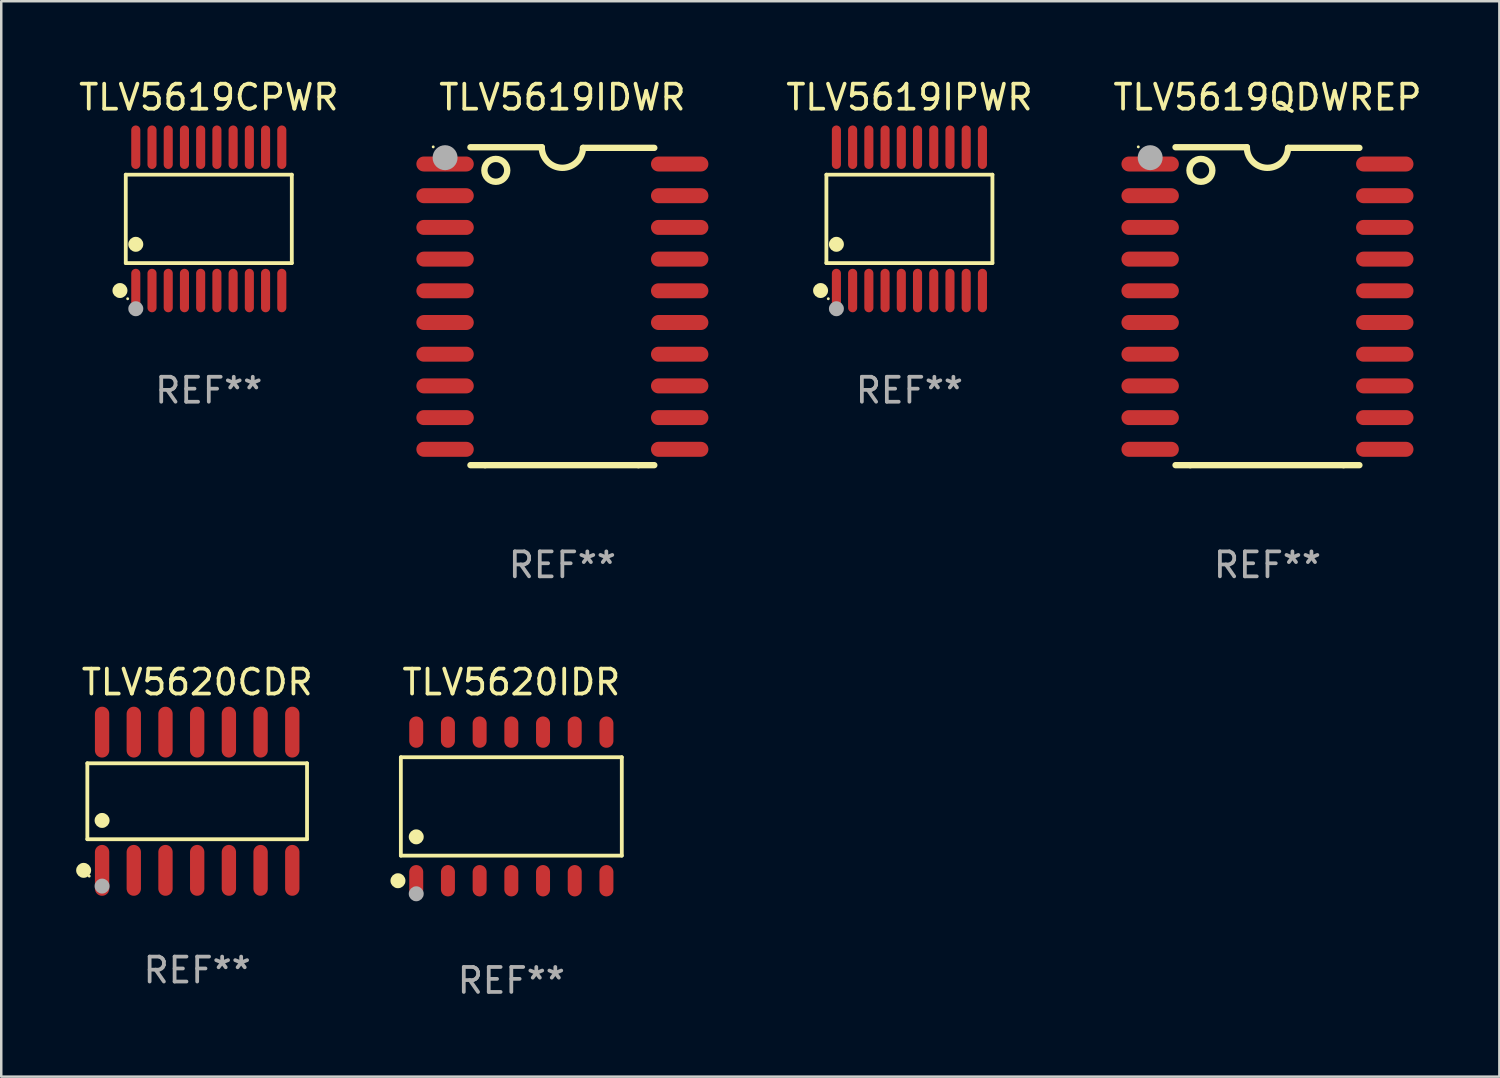
<source format=kicad_pcb>
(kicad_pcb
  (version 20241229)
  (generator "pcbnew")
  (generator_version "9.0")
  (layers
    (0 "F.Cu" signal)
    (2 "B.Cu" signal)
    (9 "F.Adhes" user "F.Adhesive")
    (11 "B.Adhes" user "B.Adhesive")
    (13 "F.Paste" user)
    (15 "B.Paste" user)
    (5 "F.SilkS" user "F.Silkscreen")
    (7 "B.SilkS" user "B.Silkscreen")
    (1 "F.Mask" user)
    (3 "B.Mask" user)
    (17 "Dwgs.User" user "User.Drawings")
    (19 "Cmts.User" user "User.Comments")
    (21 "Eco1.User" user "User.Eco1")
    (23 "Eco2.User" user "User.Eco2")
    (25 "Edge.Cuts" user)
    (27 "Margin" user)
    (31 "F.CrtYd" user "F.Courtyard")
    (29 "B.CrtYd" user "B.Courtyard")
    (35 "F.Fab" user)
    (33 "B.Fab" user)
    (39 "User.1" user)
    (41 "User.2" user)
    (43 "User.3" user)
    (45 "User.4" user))
  (footprint "TLV5619IDWR"
    (layer "F.Cu")
    (at 19.481 9.217)
    (property "Reference" "TLV5619IDWR" (at 0 -8.369 0) (layer "F.SilkS") (effects (font (size 1 1) (thickness 0.15))))
    (attr through_hole)
    (fp_line (start -3.096 6.369) (end -3.683 6.369) (stroke (width 0.254) (type solid)) (layer "F.SilkS"))
    (fp_line (start -0.825 -6.369) (end -3.683 -6.369) (stroke (width 0.254) (type solid)) (layer "F.SilkS"))
    (fp_line (start 0.826 -6.343) (end 3.683 -6.343) (stroke (width 0.254) (type solid)) (layer "F.SilkS"))
    (fp_line (start 3.048 6.369) (end -3.096 6.369) (stroke (width 0.254) (type solid)) (layer "F.SilkS"))
    (fp_line (start 3.048 6.369) (end 3.683 6.369) (stroke (width 0.254) (type solid)) (layer "F.SilkS"))
    (fp_arc (start 0.825527 -6.343129) (mid -0.012478 -5.543126) (end -0.825476 -6.36853) (stroke (width 0.254001) (type solid)) (layer "F.SilkS"))
    (fp_circle (center -5.175 -6.382) (end -5.145 -6.382) (stroke (width 0.06) (type solid)) (fill no) (layer "F.SilkS"))
    (fp_circle (center -2.667 -5.442) (end -2.209 -5.442) (stroke (width 0.254) (type solid)) (fill no) (layer "F.SilkS"))
    (fp_circle (center -4.699 -5.95) (end -4.449 -5.95) (stroke (width 0.5) (type solid)) (fill no) (layer "F.Fab"))
    (fp_text user "REF**" (at 0 10.369 0) (layer "F.Fab") (effects (font (size 1 1) (thickness 0.15))))
    (pad "1" smd oval (at -4.7 -5.696 90) (size 0.6 2.3) (layers "F.Cu" "F.Mask" "F.Paste"))
    (pad "2" smd oval (at -4.7 -4.426 90) (size 0.6 2.3) (layers "F.Cu" "F.Mask" "F.Paste"))
    (pad "3" smd oval (at -4.7 -3.156 90) (size 0.6 2.3) (layers "F.Cu" "F.Mask" "F.Paste"))
    (pad "4" smd oval (at -4.7 -1.886 90) (size 0.6 2.3) (layers "F.Cu" "F.Mask" "F.Paste"))
    (pad "5" smd oval (at -4.7 -0.616 90) (size 0.6 2.3) (layers "F.Cu" "F.Mask" "F.Paste"))
    (pad "6" smd oval (at -4.7 0.654 90) (size 0.6 2.3) (layers "F.Cu" "F.Mask" "F.Paste"))
    (pad "7" smd oval (at -4.7 1.924 90) (size 0.6 2.3) (layers "F.Cu" "F.Mask" "F.Paste"))
    (pad "8" smd oval (at -4.7 3.194 90) (size 0.6 2.3) (layers "F.Cu" "F.Mask" "F.Paste"))
    (pad "9" smd oval (at -4.7 4.464 90) (size 0.6 2.3) (layers "F.Cu" "F.Mask" "F.Paste"))
    (pad "10" smd oval (at -4.7 5.734 90) (size 0.6 2.3) (layers "F.Cu" "F.Mask" "F.Paste"))
    (pad "11" smd oval (at 4.7 5.734 90) (size 0.6 2.3) (layers "F.Cu" "F.Mask" "F.Paste"))
    (pad "12" smd oval (at 4.7 4.464 90) (size 0.6 2.3) (layers "F.Cu" "F.Mask" "F.Paste"))
    (pad "13" smd oval (at 4.7 3.194 90) (size 0.6 2.3) (layers "F.Cu" "F.Mask" "F.Paste"))
    (pad "14" smd oval (at 4.7 1.924 90) (size 0.6 2.3) (layers "F.Cu" "F.Mask" "F.Paste"))
    (pad "15" smd oval (at 4.7 0.654 90) (size 0.6 2.3) (layers "F.Cu" "F.Mask" "F.Paste"))
    (pad "16" smd oval (at 4.7 -0.616 90) (size 0.6 2.3) (layers "F.Cu" "F.Mask" "F.Paste"))
    (pad "17" smd oval (at 4.7 -1.886 90) (size 0.6 2.3) (layers "F.Cu" "F.Mask" "F.Paste"))
    (pad "18" smd oval (at 4.7 -3.156 90) (size 0.6 2.3) (layers "F.Cu" "F.Mask" "F.Paste"))
    (pad "19" smd oval (at 4.7 -4.426 90) (size 0.6 2.3) (layers "F.Cu" "F.Mask" "F.Paste"))
    (pad "20" smd oval (at 4.7 -5.696 90) (size 0.6 2.3) (layers "F.Cu" "F.Mask" "F.Paste")))
  (footprint "TLV5620IDR"
    (layer "F.Cu")
    (at 17.436 29.259)
    (property "Reference" "TLV5620IDR" (at 0 -4.977 0) (layer "F.SilkS") (effects (font (size 1 1) (thickness 0.15))))
    (attr through_hole)
    (fp_line (start -4.426 -1.971) (end 4.426 -1.971) (stroke (width 0.152) (type solid)) (layer "F.SilkS"))
    (fp_line (start -4.426 1.971) (end -4.426 -1.971) (stroke (width 0.152) (type solid)) (layer "F.SilkS"))
    (fp_line (start 4.426 -1.971) (end 4.426 1.971) (stroke (width 0.152) (type solid)) (layer "F.SilkS"))
    (fp_line (start 4.426 1.971) (end -4.426 1.971) (stroke (width 0.152) (type solid)) (layer "F.SilkS"))
    (fp_circle (center -4.542 2.977) (end -4.392 2.977) (stroke (width 0.3) (type solid)) (fill no) (layer "F.SilkS"))
    (fp_circle (center -4.35 3.1) (end -4.32 3.1) (stroke (width 0.06) (type solid)) (fill no) (layer "F.SilkS"))
    (fp_circle (center -3.81 1.219) (end -3.66 1.219) (stroke (width 0.3) (type solid)) (fill no) (layer "F.SilkS"))
    (fp_circle (center -3.81 3.5) (end -3.66 3.5) (stroke (width 0.3) (type solid)) (fill no) (layer "F.Fab"))
    (fp_text user "REF**" (at 0 6.977 0) (layer "F.Fab") (effects (font (size 1 1) (thickness 0.15))))
    (pad "1" smd oval (at -3.81 2.977) (size 0.56 1.255) (layers "F.Cu" "F.Mask" "F.Paste"))
    (pad "2" smd oval (at -2.54 2.977) (size 0.56 1.255) (layers "F.Cu" "F.Mask" "F.Paste"))
    (pad "3" smd oval (at -1.27 2.977) (size 0.56 1.255) (layers "F.Cu" "F.Mask" "F.Paste"))
    (pad "4" smd oval (at 0 2.977) (size 0.56 1.255) (layers "F.Cu" "F.Mask" "F.Paste"))
    (pad "5" smd oval (at 1.27 2.977) (size 0.56 1.255) (layers "F.Cu" "F.Mask" "F.Paste"))
    (pad "6" smd oval (at 2.54 2.977) (size 0.56 1.255) (layers "F.Cu" "F.Mask" "F.Paste"))
    (pad "7" smd oval (at 3.81 2.977) (size 0.56 1.255) (layers "F.Cu" "F.Mask" "F.Paste"))
    (pad "8" smd oval (at 3.81 -2.977) (size 0.56 1.255) (layers "F.Cu" "F.Mask" "F.Paste"))
    (pad "9" smd oval (at 2.54 -2.977) (size 0.56 1.255) (layers "F.Cu" "F.Mask" "F.Paste"))
    (pad "10" smd oval (at 1.27 -2.977) (size 0.56 1.255) (layers "F.Cu" "F.Mask" "F.Paste"))
    (pad "11" smd oval (at 0 -2.977) (size 0.56 1.255) (layers "F.Cu" "F.Mask" "F.Paste"))
    (pad "12" smd oval (at -1.27 -2.977) (size 0.56 1.255) (layers "F.Cu" "F.Mask" "F.Paste"))
    (pad "13" smd oval (at -2.54 -2.977) (size 0.56 1.255) (layers "F.Cu" "F.Mask" "F.Paste"))
    (pad "14" smd oval (at -3.81 -2.977) (size 0.56 1.255) (layers "F.Cu" "F.Mask" "F.Paste")))
  (footprint "TLV5619QDWREP"
    (layer "F.Cu")
    (at 47.73 9.217)
    (property "Reference" "TLV5619QDWREP" (at 0 -8.369 0) (layer "F.SilkS") (effects (font (size 1 1) (thickness 0.15))))
    (attr through_hole)
    (fp_line (start -3.096 6.369) (end -3.683 6.369) (stroke (width 0.254) (type solid)) (layer "F.SilkS"))
    (fp_line (start -0.825 -6.369) (end -3.683 -6.369) (stroke (width 0.254) (type solid)) (layer "F.SilkS"))
    (fp_line (start 0.826 -6.343) (end 3.683 -6.343) (stroke (width 0.254) (type solid)) (layer "F.SilkS"))
    (fp_line (start 3.048 6.369) (end -3.096 6.369) (stroke (width 0.254) (type solid)) (layer "F.SilkS"))
    (fp_line (start 3.048 6.369) (end 3.683 6.369) (stroke (width 0.254) (type solid)) (layer "F.SilkS"))
    (fp_arc (start 0.825527 -6.343129) (mid -0.012478 -5.543126) (end -0.825476 -6.36853) (stroke (width 0.254001) (type solid)) (layer "F.SilkS"))
    (fp_circle (center -5.175 -6.382) (end -5.145 -6.382) (stroke (width 0.06) (type solid)) (fill no) (layer "F.SilkS"))
    (fp_circle (center -2.667 -5.442) (end -2.209 -5.442) (stroke (width 0.254) (type solid)) (fill no) (layer "F.SilkS"))
    (fp_circle (center -4.699 -5.95) (end -4.449 -5.95) (stroke (width 0.5) (type solid)) (fill no) (layer "F.Fab"))
    (fp_text user "REF**" (at 0 10.369 0) (layer "F.Fab") (effects (font (size 1 1) (thickness 0.15))))
    (pad "1" smd oval (at -4.7 -5.696 90) (size 0.6 2.3) (layers "F.Cu" "F.Mask" "F.Paste"))
    (pad "2" smd oval (at -4.7 -4.426 90) (size 0.6 2.3) (layers "F.Cu" "F.Mask" "F.Paste"))
    (pad "3" smd oval (at -4.7 -3.156 90) (size 0.6 2.3) (layers "F.Cu" "F.Mask" "F.Paste"))
    (pad "4" smd oval (at -4.7 -1.886 90) (size 0.6 2.3) (layers "F.Cu" "F.Mask" "F.Paste"))
    (pad "5" smd oval (at -4.7 -0.616 90) (size 0.6 2.3) (layers "F.Cu" "F.Mask" "F.Paste"))
    (pad "6" smd oval (at -4.7 0.654 90) (size 0.6 2.3) (layers "F.Cu" "F.Mask" "F.Paste"))
    (pad "7" smd oval (at -4.7 1.924 90) (size 0.6 2.3) (layers "F.Cu" "F.Mask" "F.Paste"))
    (pad "8" smd oval (at -4.7 3.194 90) (size 0.6 2.3) (layers "F.Cu" "F.Mask" "F.Paste"))
    (pad "9" smd oval (at -4.7 4.464 90) (size 0.6 2.3) (layers "F.Cu" "F.Mask" "F.Paste"))
    (pad "10" smd oval (at -4.7 5.734 90) (size 0.6 2.3) (layers "F.Cu" "F.Mask" "F.Paste"))
    (pad "11" smd oval (at 4.7 5.734 90) (size 0.6 2.3) (layers "F.Cu" "F.Mask" "F.Paste"))
    (pad "12" smd oval (at 4.7 4.464 90) (size 0.6 2.3) (layers "F.Cu" "F.Mask" "F.Paste"))
    (pad "13" smd oval (at 4.7 3.194 90) (size 0.6 2.3) (layers "F.Cu" "F.Mask" "F.Paste"))
    (pad "14" smd oval (at 4.7 1.924 90) (size 0.6 2.3) (layers "F.Cu" "F.Mask" "F.Paste"))
    (pad "15" smd oval (at 4.7 0.654 90) (size 0.6 2.3) (layers "F.Cu" "F.Mask" "F.Paste"))
    (pad "16" smd oval (at 4.7 -0.616 90) (size 0.6 2.3) (layers "F.Cu" "F.Mask" "F.Paste"))
    (pad "17" smd oval (at 4.7 -1.886 90) (size 0.6 2.3) (layers "F.Cu" "F.Mask" "F.Paste"))
    (pad "18" smd oval (at 4.7 -3.156 90) (size 0.6 2.3) (layers "F.Cu" "F.Mask" "F.Paste"))
    (pad "19" smd oval (at 4.7 -4.426 90) (size 0.6 2.3) (layers "F.Cu" "F.Mask" "F.Paste"))
    (pad "20" smd oval (at 4.7 -5.696 90) (size 0.6 2.3) (layers "F.Cu" "F.Mask" "F.Paste")))
  (footprint "TLV5619CPWR"
    (layer "F.Cu")
    (at 5.315 5.719)
    (property "Reference" "TLV5619CPWR" (at 0 -4.871 0) (layer "F.SilkS") (effects (font (size 1 1) (thickness 0.15))))
    (attr through_hole)
    (fp_line (start -3.326 -1.771) (end 3.326 -1.771) (stroke (width 0.152) (type solid)) (layer "F.SilkS"))
    (fp_line (start -3.326 1.771) (end -3.326 -1.771) (stroke (width 0.152) (type solid)) (layer "F.SilkS"))
    (fp_line (start 3.326 -1.771) (end 3.326 1.771) (stroke (width 0.152) (type solid)) (layer "F.SilkS"))
    (fp_line (start 3.326 1.771) (end -3.326 1.771) (stroke (width 0.152) (type solid)) (layer "F.SilkS"))
    (fp_circle (center -3.559 2.871) (end -3.409 2.871) (stroke (width 0.3) (type solid)) (fill no) (layer "F.SilkS"))
    (fp_circle (center -3.25 3.2) (end -3.22 3.2) (stroke (width 0.06) (type solid)) (fill no) (layer "F.SilkS"))
    (fp_circle (center -2.925 1.019) (end -2.775 1.019) (stroke (width 0.3) (type solid)) (fill no) (layer "F.SilkS"))
    (fp_circle (center -2.925 3.6) (end -2.775 3.6) (stroke (width 0.3) (type solid)) (fill no) (layer "F.Fab"))
    (fp_text user "REF**" (at 0 6.871 0) (layer "F.Fab") (effects (font (size 1 1) (thickness 0.15))))
    (pad "1" smd oval (at -2.925 2.871) (size 0.364 1.742) (layers "F.Cu" "F.Mask" "F.Paste"))
    (pad "2" smd oval (at -2.275 2.871) (size 0.364 1.742) (layers "F.Cu" "F.Mask" "F.Paste"))
    (pad "3" smd oval (at -1.625 2.871) (size 0.364 1.742) (layers "F.Cu" "F.Mask" "F.Paste"))
    (pad "4" smd oval (at -0.975 2.871) (size 0.364 1.742) (layers "F.Cu" "F.Mask" "F.Paste"))
    (pad "5" smd oval (at -0.325 2.871) (size 0.364 1.742) (layers "F.Cu" "F.Mask" "F.Paste"))
    (pad "6" smd oval (at 0.325 2.871) (size 0.364 1.742) (layers "F.Cu" "F.Mask" "F.Paste"))
    (pad "7" smd oval (at 0.975 2.871) (size 0.364 1.742) (layers "F.Cu" "F.Mask" "F.Paste"))
    (pad "8" smd oval (at 1.625 2.871) (size 0.364 1.742) (layers "F.Cu" "F.Mask" "F.Paste"))
    (pad "9" smd oval (at 2.275 2.871) (size 0.364 1.742) (layers "F.Cu" "F.Mask" "F.Paste"))
    (pad "10" smd oval (at 2.925 2.871) (size 0.364 1.742) (layers "F.Cu" "F.Mask" "F.Paste"))
    (pad "11" smd oval (at 2.925 -2.871) (size 0.364 1.742) (layers "F.Cu" "F.Mask" "F.Paste"))
    (pad "12" smd oval (at 2.275 -2.871) (size 0.364 1.742) (layers "F.Cu" "F.Mask" "F.Paste"))
    (pad "13" smd oval (at 1.625 -2.871) (size 0.364 1.742) (layers "F.Cu" "F.Mask" "F.Paste"))
    (pad "14" smd oval (at 0.975 -2.871) (size 0.364 1.742) (layers "F.Cu" "F.Mask" "F.Paste"))
    (pad "15" smd oval (at 0.325 -2.871) (size 0.364 1.742) (layers "F.Cu" "F.Mask" "F.Paste"))
    (pad "16" smd oval (at -0.325 -2.871) (size 0.364 1.742) (layers "F.Cu" "F.Mask" "F.Paste"))
    (pad "17" smd oval (at -0.975 -2.871) (size 0.364 1.742) (layers "F.Cu" "F.Mask" "F.Paste"))
    (pad "18" smd oval (at -1.625 -2.871) (size 0.364 1.742) (layers "F.Cu" "F.Mask" "F.Paste"))
    (pad "19" smd oval (at -2.275 -2.871) (size 0.364 1.742) (layers "F.Cu" "F.Mask" "F.Paste"))
    (pad "20" smd oval (at -2.925 -2.871) (size 0.364 1.742) (layers "F.Cu" "F.Mask" "F.Paste")))
  (footprint "TLV5620CDR"
    (layer "F.Cu")
    (at 4.85 29.051)
    (property "Reference" "TLV5620CDR" (at 0 -4.769 0) (layer "F.SilkS") (effects (font (size 1 1) (thickness 0.15))))
    (attr through_hole)
    (fp_line (start -4.401 -1.521) (end 4.401 -1.521) (stroke (width 0.152) (type solid)) (layer "F.SilkS"))
    (fp_line (start -4.401 1.521) (end -4.401 -1.521) (stroke (width 0.152) (type solid)) (layer "F.SilkS"))
    (fp_line (start 4.401 -1.521) (end 4.401 1.521) (stroke (width 0.152) (type solid)) (layer "F.SilkS"))
    (fp_line (start 4.401 1.521) (end -4.401 1.521) (stroke (width 0.152) (type solid)) (layer "F.SilkS"))
    (fp_circle (center -4.549 2.769) (end -4.399 2.769) (stroke (width 0.3) (type solid)) (fill no) (layer "F.SilkS"))
    (fp_circle (center -4.325 3) (end -4.295 3) (stroke (width 0.06) (type solid)) (fill no) (layer "F.SilkS"))
    (fp_circle (center -3.81 0.769) (end -3.66 0.769) (stroke (width 0.3) (type solid)) (fill no) (layer "F.SilkS"))
    (fp_circle (center -3.81 3.4) (end -3.66 3.4) (stroke (width 0.3) (type solid)) (fill no) (layer "F.Fab"))
    (fp_text user "REF**" (at 0 6.769 0) (layer "F.Fab") (effects (font (size 1 1) (thickness 0.15))))
    (pad "1" smd oval (at -3.81 2.769) (size 0.574 2.038) (layers "F.Cu" "F.Mask" "F.Paste"))
    (pad "2" smd oval (at -2.54 2.769) (size 0.574 2.038) (layers "F.Cu" "F.Mask" "F.Paste"))
    (pad "3" smd oval (at -1.27 2.769) (size 0.574 2.038) (layers "F.Cu" "F.Mask" "F.Paste"))
    (pad "4" smd oval (at 0 2.769) (size 0.574 2.038) (layers "F.Cu" "F.Mask" "F.Paste"))
    (pad "5" smd oval (at 1.27 2.769) (size 0.574 2.038) (layers "F.Cu" "F.Mask" "F.Paste"))
    (pad "6" smd oval (at 2.54 2.769) (size 0.574 2.038) (layers "F.Cu" "F.Mask" "F.Paste"))
    (pad "7" smd oval (at 3.81 2.769) (size 0.574 2.038) (layers "F.Cu" "F.Mask" "F.Paste"))
    (pad "8" smd oval (at 3.81 -2.769) (size 0.574 2.038) (layers "F.Cu" "F.Mask" "F.Paste"))
    (pad "9" smd oval (at 2.54 -2.769) (size 0.574 2.038) (layers "F.Cu" "F.Mask" "F.Paste"))
    (pad "10" smd oval (at 1.27 -2.769) (size 0.574 2.038) (layers "F.Cu" "F.Mask" "F.Paste"))
    (pad "11" smd oval (at 0 -2.769) (size 0.574 2.038) (layers "F.Cu" "F.Mask" "F.Paste"))
    (pad "12" smd oval (at -1.27 -2.769) (size 0.574 2.038) (layers "F.Cu" "F.Mask" "F.Paste"))
    (pad "13" smd oval (at -2.54 -2.769) (size 0.574 2.038) (layers "F.Cu" "F.Mask" "F.Paste"))
    (pad "14" smd oval (at -3.81 -2.769) (size 0.574 2.038) (layers "F.Cu" "F.Mask" "F.Paste")))
  (footprint "TLV5619IPWR"
    (layer "F.Cu")
    (at 33.385 5.719)
    (property "Reference" "TLV5619IPWR" (at 0 -4.871 0) (layer "F.SilkS") (effects (font (size 1 1) (thickness 0.15))))
    (attr through_hole)
    (fp_line (start -3.326 -1.771) (end 3.326 -1.771) (stroke (width 0.152) (type solid)) (layer "F.SilkS"))
    (fp_line (start -3.326 1.771) (end -3.326 -1.771) (stroke (width 0.152) (type solid)) (layer "F.SilkS"))
    (fp_line (start 3.326 -1.771) (end 3.326 1.771) (stroke (width 0.152) (type solid)) (layer "F.SilkS"))
    (fp_line (start 3.326 1.771) (end -3.326 1.771) (stroke (width 0.152) (type solid)) (layer "F.SilkS"))
    (fp_circle (center -3.559 2.871) (end -3.409 2.871) (stroke (width 0.3) (type solid)) (fill no) (layer "F.SilkS"))
    (fp_circle (center -3.25 3.2) (end -3.22 3.2) (stroke (width 0.06) (type solid)) (fill no) (layer "F.SilkS"))
    (fp_circle (center -2.925 1.019) (end -2.775 1.019) (stroke (width 0.3) (type solid)) (fill no) (layer "F.SilkS"))
    (fp_circle (center -2.925 3.6) (end -2.775 3.6) (stroke (width 0.3) (type solid)) (fill no) (layer "F.Fab"))
    (fp_text user "REF**" (at 0 6.871 0) (layer "F.Fab") (effects (font (size 1 1) (thickness 0.15))))
    (pad "1" smd oval (at -2.925 2.871) (size 0.364 1.742) (layers "F.Cu" "F.Mask" "F.Paste"))
    (pad "2" smd oval (at -2.275 2.871) (size 0.364 1.742) (layers "F.Cu" "F.Mask" "F.Paste"))
    (pad "3" smd oval (at -1.625 2.871) (size 0.364 1.742) (layers "F.Cu" "F.Mask" "F.Paste"))
    (pad "4" smd oval (at -0.975 2.871) (size 0.364 1.742) (layers "F.Cu" "F.Mask" "F.Paste"))
    (pad "5" smd oval (at -0.325 2.871) (size 0.364 1.742) (layers "F.Cu" "F.Mask" "F.Paste"))
    (pad "6" smd oval (at 0.325 2.871) (size 0.364 1.742) (layers "F.Cu" "F.Mask" "F.Paste"))
    (pad "7" smd oval (at 0.975 2.871) (size 0.364 1.742) (layers "F.Cu" "F.Mask" "F.Paste"))
    (pad "8" smd oval (at 1.625 2.871) (size 0.364 1.742) (layers "F.Cu" "F.Mask" "F.Paste"))
    (pad "9" smd oval (at 2.275 2.871) (size 0.364 1.742) (layers "F.Cu" "F.Mask" "F.Paste"))
    (pad "10" smd oval (at 2.925 2.871) (size 0.364 1.742) (layers "F.Cu" "F.Mask" "F.Paste"))
    (pad "11" smd oval (at 2.925 -2.871) (size 0.364 1.742) (layers "F.Cu" "F.Mask" "F.Paste"))
    (pad "12" smd oval (at 2.275 -2.871) (size 0.364 1.742) (layers "F.Cu" "F.Mask" "F.Paste"))
    (pad "13" smd oval (at 1.625 -2.871) (size 0.364 1.742) (layers "F.Cu" "F.Mask" "F.Paste"))
    (pad "14" smd oval (at 0.975 -2.871) (size 0.364 1.742) (layers "F.Cu" "F.Mask" "F.Paste"))
    (pad "15" smd oval (at 0.325 -2.871) (size 0.364 1.742) (layers "F.Cu" "F.Mask" "F.Paste"))
    (pad "16" smd oval (at -0.325 -2.871) (size 0.364 1.742) (layers "F.Cu" "F.Mask" "F.Paste"))
    (pad "17" smd oval (at -0.975 -2.871) (size 0.364 1.742) (layers "F.Cu" "F.Mask" "F.Paste"))
    (pad "18" smd oval (at -1.625 -2.871) (size 0.364 1.742) (layers "F.Cu" "F.Mask" "F.Paste"))
    (pad "19" smd oval (at -2.275 -2.871) (size 0.364 1.742) (layers "F.Cu" "F.Mask" "F.Paste"))
    (pad "20" smd oval (at -2.925 -2.871) (size 0.364 1.742) (layers "F.Cu" "F.Mask" "F.Paste")))
  (gr_rect
    (start -3 -3)
    (end 57.021 40.085)
    (stroke (width 0.1) (type default))
    (fill no)
    (layer "Edge.Cuts")))
</source>
